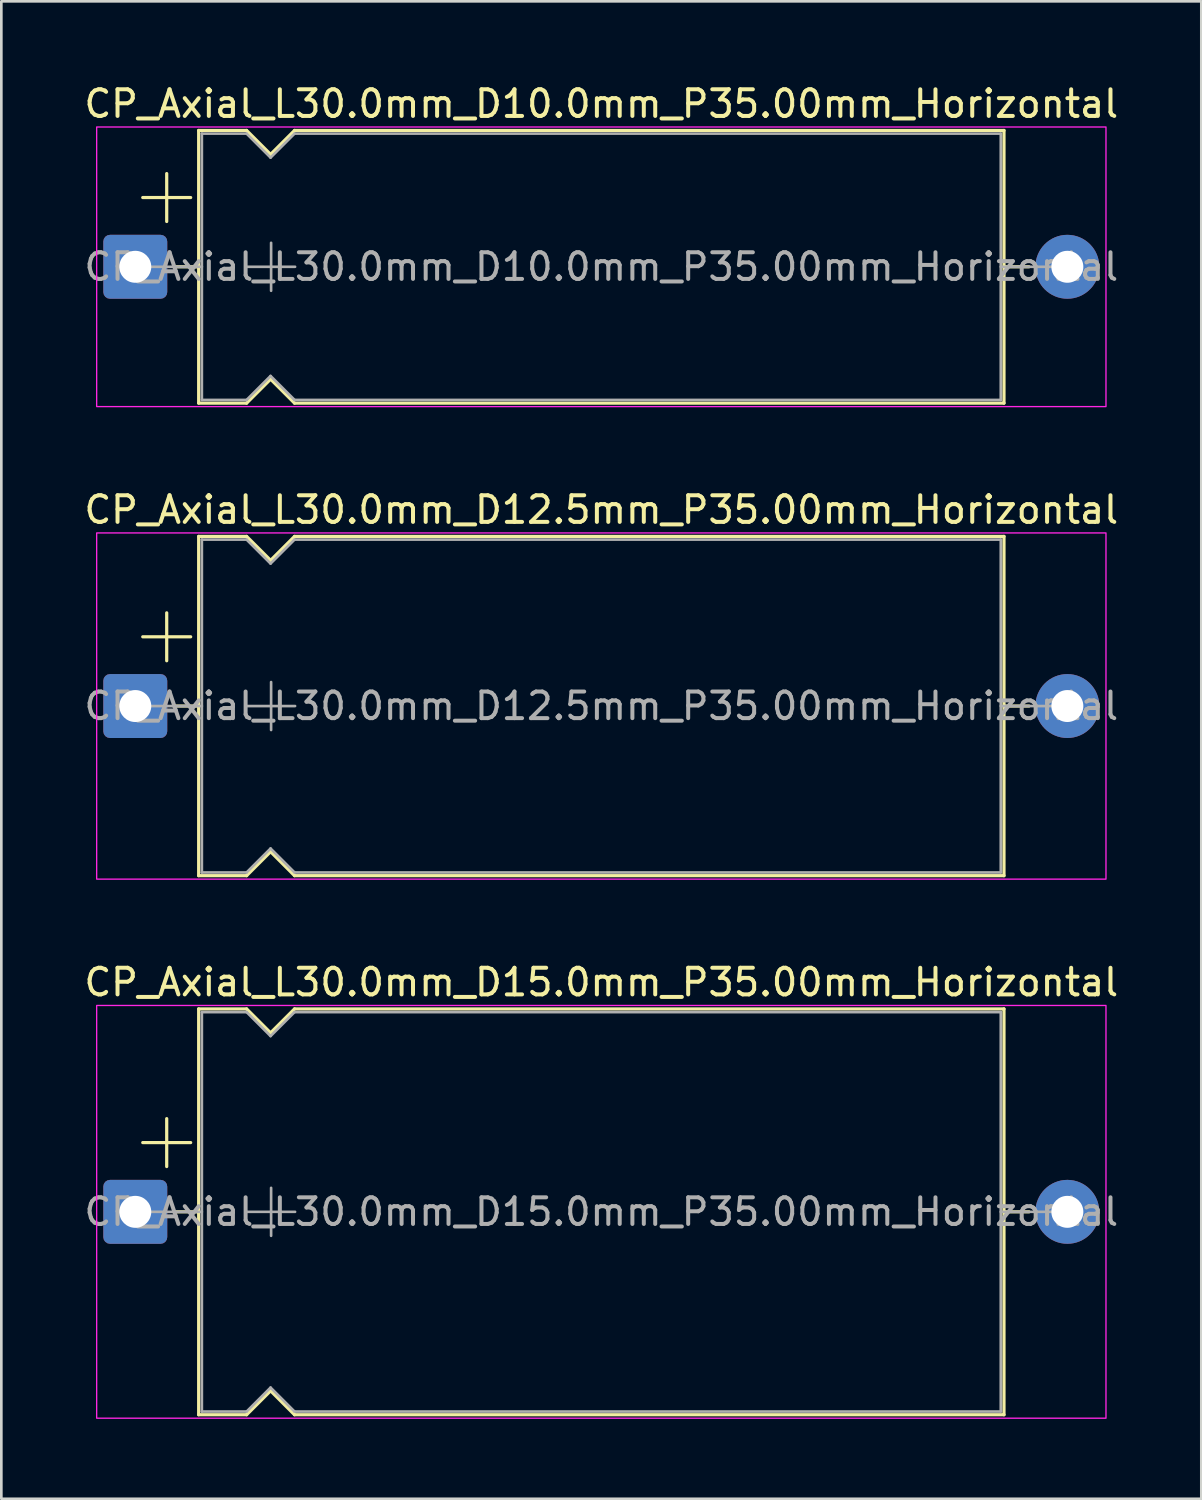
<source format=kicad_pcb>
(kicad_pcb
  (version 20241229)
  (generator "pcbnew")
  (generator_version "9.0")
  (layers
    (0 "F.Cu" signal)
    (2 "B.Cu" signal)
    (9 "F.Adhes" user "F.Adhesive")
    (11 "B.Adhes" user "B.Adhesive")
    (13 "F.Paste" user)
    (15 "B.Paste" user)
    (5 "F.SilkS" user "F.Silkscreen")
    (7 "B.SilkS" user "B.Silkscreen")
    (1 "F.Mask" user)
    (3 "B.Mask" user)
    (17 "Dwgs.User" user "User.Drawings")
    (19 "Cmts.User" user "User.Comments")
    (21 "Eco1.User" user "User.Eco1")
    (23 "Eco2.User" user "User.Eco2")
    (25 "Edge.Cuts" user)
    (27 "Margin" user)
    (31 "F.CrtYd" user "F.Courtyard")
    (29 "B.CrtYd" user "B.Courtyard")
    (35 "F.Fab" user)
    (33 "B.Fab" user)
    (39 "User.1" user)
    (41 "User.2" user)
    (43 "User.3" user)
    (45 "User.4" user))
  (footprint "CP_Axial_L30.0mm_D15.0mm_P35.00mm_Horizontal"
    (layer "F.Cu")
    (at 2.03 42.455)
    (property "Reference" "CP_Axial_L30.0mm_D15.0mm_P35.00mm_Horizontal" (at 17.5 -8.62 0) (layer "F.SilkS") (effects (font (size 1 1) (thickness 0.15))))
    (attr through_hole)
    (fp_line (start 0.28 -2.6) (end 2.08 -2.6) (stroke (width 0.12) (type solid)) (layer "F.SilkS"))
    (fp_line (start 1.18 -3.5) (end 1.18 -1.7) (stroke (width 0.12) (type solid)) (layer "F.SilkS"))
    (fp_line (start 1.44 0) (end 2.38 0) (stroke (width 0.12) (type solid)) (layer "F.SilkS"))
    (fp_line (start 2.38 -7.62) (end 2.38 7.62) (stroke (width 0.12) (type solid)) (layer "F.SilkS"))
    (fp_line (start 2.38 -7.62) (end 4.18 -7.62) (stroke (width 0.12) (type solid)) (layer "F.SilkS"))
    (fp_line (start 2.38 7.62) (end 4.18 7.62) (stroke (width 0.12) (type solid)) (layer "F.SilkS"))
    (fp_line (start 4.18 -7.62) (end 5.08 -6.72) (stroke (width 0.12) (type solid)) (layer "F.SilkS"))
    (fp_line (start 4.18 7.62) (end 5.08 6.72) (stroke (width 0.12) (type solid)) (layer "F.SilkS"))
    (fp_line (start 5.08 -6.72) (end 5.98 -7.62) (stroke (width 0.12) (type solid)) (layer "F.SilkS"))
    (fp_line (start 5.08 6.72) (end 5.98 7.62) (stroke (width 0.12) (type solid)) (layer "F.SilkS"))
    (fp_line (start 5.98 -7.62) (end 32.62 -7.62) (stroke (width 0.12) (type solid)) (layer "F.SilkS"))
    (fp_line (start 5.98 7.62) (end 32.62 7.62) (stroke (width 0.12) (type solid)) (layer "F.SilkS"))
    (fp_line (start 32.62 -7.62) (end 32.62 7.62) (stroke (width 0.12) (type solid)) (layer "F.SilkS"))
    (fp_line (start 33.56 0) (end 32.62 0) (stroke (width 0.12) (type solid)) (layer "F.SilkS"))
    (fp_rect (start -1.45 -7.75) (end 36.45 7.75) (stroke (width 0.05) (type solid)) (fill no) (layer "F.CrtYd"))
    (fp_line (start 0 0) (end 2.5 0) (stroke (width 0.1) (type solid)) (layer "F.Fab"))
    (fp_line (start 2.5 -7.5) (end 2.5 7.5) (stroke (width 0.1) (type solid)) (layer "F.Fab"))
    (fp_line (start 2.5 -7.5) (end 4.18 -7.5) (stroke (width 0.1) (type solid)) (layer "F.Fab"))
    (fp_line (start 2.5 7.5) (end 4.18 7.5) (stroke (width 0.1) (type solid)) (layer "F.Fab"))
    (fp_line (start 4.18 -7.5) (end 5.08 -6.6) (stroke (width 0.1) (type solid)) (layer "F.Fab"))
    (fp_line (start 4.18 7.5) (end 5.08 6.6) (stroke (width 0.1) (type solid)) (layer "F.Fab"))
    (fp_line (start 4.2 0) (end 6 0) (stroke (width 0.1) (type solid)) (layer "F.Fab"))
    (fp_line (start 5.08 -6.6) (end 5.98 -7.5) (stroke (width 0.1) (type solid)) (layer "F.Fab"))
    (fp_line (start 5.08 6.6) (end 5.98 7.5) (stroke (width 0.1) (type solid)) (layer "F.Fab"))
    (fp_line (start 5.1 -0.9) (end 5.1 0.9) (stroke (width 0.1) (type solid)) (layer "F.Fab"))
    (fp_line (start 5.98 -7.5) (end 32.5 -7.5) (stroke (width 0.1) (type solid)) (layer "F.Fab"))
    (fp_line (start 5.98 7.5) (end 32.5 7.5) (stroke (width 0.1) (type solid)) (layer "F.Fab"))
    (fp_line (start 32.5 -7.5) (end 32.5 7.5) (stroke (width 0.1) (type solid)) (layer "F.Fab"))
    (fp_line (start 35 0) (end 32.5 0) (stroke (width 0.1) (type solid)) (layer "F.Fab"))
    (fp_text user "${REFERENCE}" (at 17.5 0 0) (layer "F.Fab") (effects (font (size 1 1) (thickness 0.15))))
    (pad "1" thru_hole roundrect (at 0 0) (size 2.4 2.4) (drill 1.2) (layers "*.Cu" "*.Mask") (roundrect_rratio 0.104))
    (pad "2" thru_hole circle (at 35 0) (size 2.4 2.4) (drill 1.2) (layers "*.Cu" "*.Mask")))
  (footprint "CP_Axial_L30.0mm_D12.5mm_P35.00mm_Horizontal"
    (layer "F.Cu")
    (at 2.03 23.462)
    (property "Reference" "CP_Axial_L30.0mm_D12.5mm_P35.00mm_Horizontal" (at 17.5 -7.37 0) (layer "F.SilkS") (effects (font (size 1 1) (thickness 0.15))))
    (attr through_hole)
    (fp_line (start 0.28 -2.6) (end 2.08 -2.6) (stroke (width 0.12) (type solid)) (layer "F.SilkS"))
    (fp_line (start 1.18 -3.5) (end 1.18 -1.7) (stroke (width 0.12) (type solid)) (layer "F.SilkS"))
    (fp_line (start 1.44 0) (end 2.38 0) (stroke (width 0.12) (type solid)) (layer "F.SilkS"))
    (fp_line (start 2.38 -6.37) (end 2.38 6.37) (stroke (width 0.12) (type solid)) (layer "F.SilkS"))
    (fp_line (start 2.38 -6.37) (end 4.18 -6.37) (stroke (width 0.12) (type solid)) (layer "F.SilkS"))
    (fp_line (start 2.38 6.37) (end 4.18 6.37) (stroke (width 0.12) (type solid)) (layer "F.SilkS"))
    (fp_line (start 4.18 -6.37) (end 5.08 -5.47) (stroke (width 0.12) (type solid)) (layer "F.SilkS"))
    (fp_line (start 4.18 6.37) (end 5.08 5.47) (stroke (width 0.12) (type solid)) (layer "F.SilkS"))
    (fp_line (start 5.08 -5.47) (end 5.98 -6.37) (stroke (width 0.12) (type solid)) (layer "F.SilkS"))
    (fp_line (start 5.08 5.47) (end 5.98 6.37) (stroke (width 0.12) (type solid)) (layer "F.SilkS"))
    (fp_line (start 5.98 -6.37) (end 32.62 -6.37) (stroke (width 0.12) (type solid)) (layer "F.SilkS"))
    (fp_line (start 5.98 6.37) (end 32.62 6.37) (stroke (width 0.12) (type solid)) (layer "F.SilkS"))
    (fp_line (start 32.62 -6.37) (end 32.62 6.37) (stroke (width 0.12) (type solid)) (layer "F.SilkS"))
    (fp_line (start 33.56 0) (end 32.62 0) (stroke (width 0.12) (type solid)) (layer "F.SilkS"))
    (fp_rect (start -1.45 -6.5) (end 36.45 6.5) (stroke (width 0.05) (type solid)) (fill no) (layer "F.CrtYd"))
    (fp_line (start 0 0) (end 2.5 0) (stroke (width 0.1) (type solid)) (layer "F.Fab"))
    (fp_line (start 2.5 -6.25) (end 2.5 6.25) (stroke (width 0.1) (type solid)) (layer "F.Fab"))
    (fp_line (start 2.5 -6.25) (end 4.18 -6.25) (stroke (width 0.1) (type solid)) (layer "F.Fab"))
    (fp_line (start 2.5 6.25) (end 4.18 6.25) (stroke (width 0.1) (type solid)) (layer "F.Fab"))
    (fp_line (start 4.18 -6.25) (end 5.08 -5.35) (stroke (width 0.1) (type solid)) (layer "F.Fab"))
    (fp_line (start 4.18 6.25) (end 5.08 5.35) (stroke (width 0.1) (type solid)) (layer "F.Fab"))
    (fp_line (start 4.2 0) (end 6 0) (stroke (width 0.1) (type solid)) (layer "F.Fab"))
    (fp_line (start 5.08 -5.35) (end 5.98 -6.25) (stroke (width 0.1) (type solid)) (layer "F.Fab"))
    (fp_line (start 5.08 5.35) (end 5.98 6.25) (stroke (width 0.1) (type solid)) (layer "F.Fab"))
    (fp_line (start 5.1 -0.9) (end 5.1 0.9) (stroke (width 0.1) (type solid)) (layer "F.Fab"))
    (fp_line (start 5.98 -6.25) (end 32.5 -6.25) (stroke (width 0.1) (type solid)) (layer "F.Fab"))
    (fp_line (start 5.98 6.25) (end 32.5 6.25) (stroke (width 0.1) (type solid)) (layer "F.Fab"))
    (fp_line (start 32.5 -6.25) (end 32.5 6.25) (stroke (width 0.1) (type solid)) (layer "F.Fab"))
    (fp_line (start 35 0) (end 32.5 0) (stroke (width 0.1) (type solid)) (layer "F.Fab"))
    (fp_text user "${REFERENCE}" (at 17.5 0 0) (layer "F.Fab") (effects (font (size 1 1) (thickness 0.15))))
    (pad "1" thru_hole roundrect (at 0 0) (size 2.4 2.4) (drill 1.2) (layers "*.Cu" "*.Mask") (roundrect_rratio 0.104))
    (pad "2" thru_hole circle (at 35 0) (size 2.4 2.4) (drill 1.2) (layers "*.Cu" "*.Mask")))
  (footprint "CP_Axial_L30.0mm_D10.0mm_P35.00mm_Horizontal"
    (layer "F.Cu")
    (at 2.03 6.968)
    (property "Reference" "CP_Axial_L30.0mm_D10.0mm_P35.00mm_Horizontal" (at 17.5 -6.12 0) (layer "F.SilkS") (effects (font (size 1 1) (thickness 0.15))))
    (attr through_hole)
    (fp_line (start 0.28 -2.6) (end 2.08 -2.6) (stroke (width 0.12) (type solid)) (layer "F.SilkS"))
    (fp_line (start 1.18 -3.5) (end 1.18 -1.7) (stroke (width 0.12) (type solid)) (layer "F.SilkS"))
    (fp_line (start 1.44 0) (end 2.38 0) (stroke (width 0.12) (type solid)) (layer "F.SilkS"))
    (fp_line (start 2.38 -5.12) (end 2.38 5.12) (stroke (width 0.12) (type solid)) (layer "F.SilkS"))
    (fp_line (start 2.38 -5.12) (end 4.18 -5.12) (stroke (width 0.12) (type solid)) (layer "F.SilkS"))
    (fp_line (start 2.38 5.12) (end 4.18 5.12) (stroke (width 0.12) (type solid)) (layer "F.SilkS"))
    (fp_line (start 4.18 -5.12) (end 5.08 -4.22) (stroke (width 0.12) (type solid)) (layer "F.SilkS"))
    (fp_line (start 4.18 5.12) (end 5.08 4.22) (stroke (width 0.12) (type solid)) (layer "F.SilkS"))
    (fp_line (start 5.08 -4.22) (end 5.98 -5.12) (stroke (width 0.12) (type solid)) (layer "F.SilkS"))
    (fp_line (start 5.08 4.22) (end 5.98 5.12) (stroke (width 0.12) (type solid)) (layer "F.SilkS"))
    (fp_line (start 5.98 -5.12) (end 32.62 -5.12) (stroke (width 0.12) (type solid)) (layer "F.SilkS"))
    (fp_line (start 5.98 5.12) (end 32.62 5.12) (stroke (width 0.12) (type solid)) (layer "F.SilkS"))
    (fp_line (start 32.62 -5.12) (end 32.62 5.12) (stroke (width 0.12) (type solid)) (layer "F.SilkS"))
    (fp_line (start 33.56 0) (end 32.62 0) (stroke (width 0.12) (type solid)) (layer "F.SilkS"))
    (fp_rect (start -1.45 -5.25) (end 36.45 5.25) (stroke (width 0.05) (type solid)) (fill no) (layer "F.CrtYd"))
    (fp_line (start 0 0) (end 2.5 0) (stroke (width 0.1) (type solid)) (layer "F.Fab"))
    (fp_line (start 2.5 -5) (end 2.5 5) (stroke (width 0.1) (type solid)) (layer "F.Fab"))
    (fp_line (start 2.5 -5) (end 4.18 -5) (stroke (width 0.1) (type solid)) (layer "F.Fab"))
    (fp_line (start 2.5 5) (end 4.18 5) (stroke (width 0.1) (type solid)) (layer "F.Fab"))
    (fp_line (start 4.18 -5) (end 5.08 -4.1) (stroke (width 0.1) (type solid)) (layer "F.Fab"))
    (fp_line (start 4.18 5) (end 5.08 4.1) (stroke (width 0.1) (type solid)) (layer "F.Fab"))
    (fp_line (start 4.2 0) (end 6 0) (stroke (width 0.1) (type solid)) (layer "F.Fab"))
    (fp_line (start 5.08 -4.1) (end 5.98 -5) (stroke (width 0.1) (type solid)) (layer "F.Fab"))
    (fp_line (start 5.08 4.1) (end 5.98 5) (stroke (width 0.1) (type solid)) (layer "F.Fab"))
    (fp_line (start 5.1 -0.9) (end 5.1 0.9) (stroke (width 0.1) (type solid)) (layer "F.Fab"))
    (fp_line (start 5.98 -5) (end 32.5 -5) (stroke (width 0.1) (type solid)) (layer "F.Fab"))
    (fp_line (start 5.98 5) (end 32.5 5) (stroke (width 0.1) (type solid)) (layer "F.Fab"))
    (fp_line (start 32.5 -5) (end 32.5 5) (stroke (width 0.1) (type solid)) (layer "F.Fab"))
    (fp_line (start 35 0) (end 32.5 0) (stroke (width 0.1) (type solid)) (layer "F.Fab"))
    (fp_text user "${REFERENCE}" (at 17.5 0 0) (layer "F.Fab") (effects (font (size 1 1) (thickness 0.15))))
    (pad "1" thru_hole roundrect (at 0 0) (size 2.4 2.4) (drill 1.2) (layers "*.Cu" "*.Mask") (roundrect_rratio 0.104))
    (pad "2" thru_hole circle (at 35 0) (size 2.4 2.4) (drill 1.2) (layers "*.Cu" "*.Mask")))
  (gr_rect
    (start -3 -3)
    (end 42.06 53.23)
    (stroke (width 0.1) (type default))
    (fill no)
    (layer "Edge.Cuts")))
</source>
